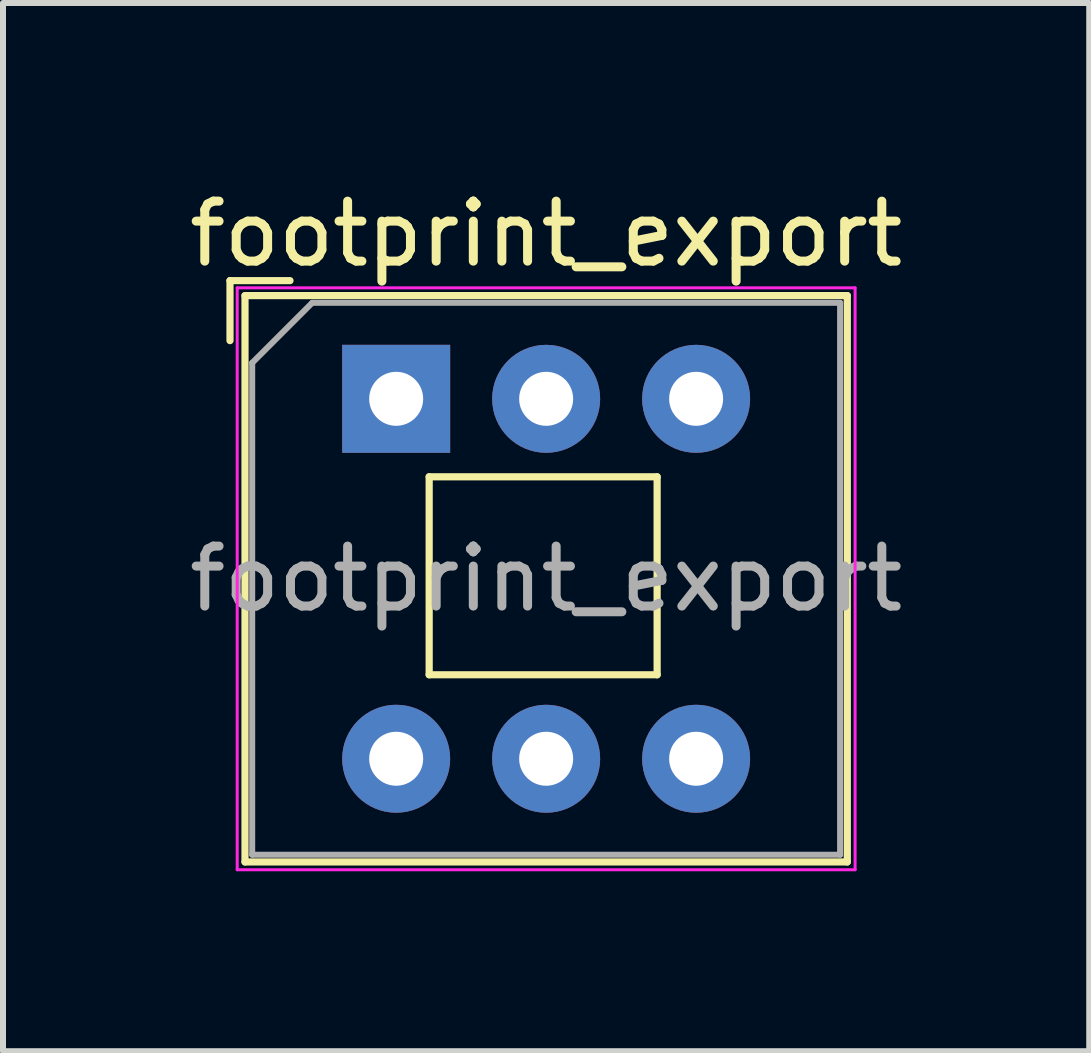
<source format=kicad_pcb>
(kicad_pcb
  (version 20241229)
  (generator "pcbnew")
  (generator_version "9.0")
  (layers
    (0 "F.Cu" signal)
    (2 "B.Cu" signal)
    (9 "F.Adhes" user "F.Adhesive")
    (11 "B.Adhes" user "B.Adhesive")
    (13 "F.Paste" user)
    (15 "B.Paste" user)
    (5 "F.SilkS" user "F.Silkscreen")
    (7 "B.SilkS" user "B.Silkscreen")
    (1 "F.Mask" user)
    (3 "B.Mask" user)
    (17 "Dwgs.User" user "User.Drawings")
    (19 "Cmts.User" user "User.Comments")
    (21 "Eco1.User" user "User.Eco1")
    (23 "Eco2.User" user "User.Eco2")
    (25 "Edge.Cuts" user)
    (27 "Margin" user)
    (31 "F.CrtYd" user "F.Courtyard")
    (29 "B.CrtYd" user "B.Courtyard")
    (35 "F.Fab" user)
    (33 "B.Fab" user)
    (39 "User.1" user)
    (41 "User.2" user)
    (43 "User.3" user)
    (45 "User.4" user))
  (footprint "footprint_export"
    (layer "F.Cu")
    (at 3.554 3.598)
    (property "Reference" "footprint_export" (at 2.5 -2.75 0) (layer "F.SilkS") (effects (font (size 1 1) (thickness 0.15))))
    (attr through_hole)
    (fp_line (start -2.77 -0.97) (end -2.77 -1.97) (stroke (width 0.12) (type solid)) (layer "F.SilkS"))
    (fp_line (start -2.52 7.72) (end -2.52 -1.72) (stroke (width 0.12) (type solid)) (layer "F.SilkS"))
    (fp_line (start -1.77 -1.97) (end -2.77 -1.97) (stroke (width 0.12) (type solid)) (layer "F.SilkS"))
    (fp_line (start 0.55 1.3) (end 0.55 4.6) (stroke (width 0.12) (type solid)) (layer "F.SilkS"))
    (fp_line (start 4.35 1.3) (end 0.55 1.3) (stroke (width 0.12) (type solid)) (layer "F.SilkS"))
    (fp_line (start 4.35 1.3) (end 4.35 4.6) (stroke (width 0.12) (type solid)) (layer "F.SilkS"))
    (fp_line (start 4.35 4.6) (end 0.55 4.6) (stroke (width 0.12) (type solid)) (layer "F.SilkS"))
    (fp_line (start 7.52 -1.72) (end -2.52 -1.72) (stroke (width 0.12) (type solid)) (layer "F.SilkS"))
    (fp_line (start 7.52 7.72) (end -2.52 7.72) (stroke (width 0.12) (type solid)) (layer "F.SilkS"))
    (fp_line (start 7.52 7.72) (end 7.52 -1.72) (stroke (width 0.12) (type solid)) (layer "F.SilkS"))
    (fp_line (start -2.65 -1.85) (end 7.65 -1.85) (stroke (width 0.05) (type solid)) (layer "F.CrtYd"))
    (fp_line (start -2.65 7.85) (end -2.65 -1.85) (stroke (width 0.05) (type solid)) (layer "F.CrtYd"))
    (fp_line (start -2.65 7.85) (end 7.65 7.85) (stroke (width 0.05) (type solid)) (layer "F.CrtYd"))
    (fp_line (start 7.65 -1.85) (end 7.65 7.85) (stroke (width 0.05) (type solid)) (layer "F.CrtYd"))
    (fp_line (start -2.4 -0.6) (end -1.4 -1.6) (stroke (width 0.1) (type solid)) (layer "F.Fab"))
    (fp_line (start -2.4 7.6) (end -2.4 -0.6) (stroke (width 0.1) (type solid)) (layer "F.Fab"))
    (fp_line (start -1.4 -1.6) (end 7.4 -1.6) (stroke (width 0.1) (type solid)) (layer "F.Fab"))
    (fp_line (start 7.4 -1.6) (end 7.4 7.6) (stroke (width 0.1) (type solid)) (layer "F.Fab"))
    (fp_line (start 7.4 7.6) (end -2.4 7.6) (stroke (width 0.1) (type solid)) (layer "F.Fab"))
    (fp_text user "${REFERENCE}" (at 2.5 3 0) (layer "F.Fab") (effects (font (size 1 1) (thickness 0.15))))
    (pad "1" thru_hole rect (at 0 0) (size 1.8 1.8) (drill 0.9) (layers "*.Cu" "*.Mask"))
    (pad "2" thru_hole circle (at 2.5 0) (size 1.8 1.8) (drill 0.9) (layers "*.Cu" "*.Mask"))
    (pad "3" thru_hole circle (at 5 0) (size 1.8 1.8) (drill 0.9) (layers "*.Cu" "*.Mask"))
    (pad "4" thru_hole circle (at 0 6) (size 1.8 1.8) (drill 0.9) (layers "*.Cu" "*.Mask"))
    (pad "5" thru_hole circle (at 2.5 6) (size 1.8 1.8) (drill 0.9) (layers "*.Cu" "*.Mask"))
    (pad "6" thru_hole circle (at 5 6) (size 1.8 1.8) (drill 0.9) (layers "*.Cu" "*.Mask")))
  (gr_rect
    (start -3 -3)
    (end 15.107 14.473)
    (stroke (width 0.1) (type default))
    (fill no)
    (layer "Edge.Cuts")))
</source>
